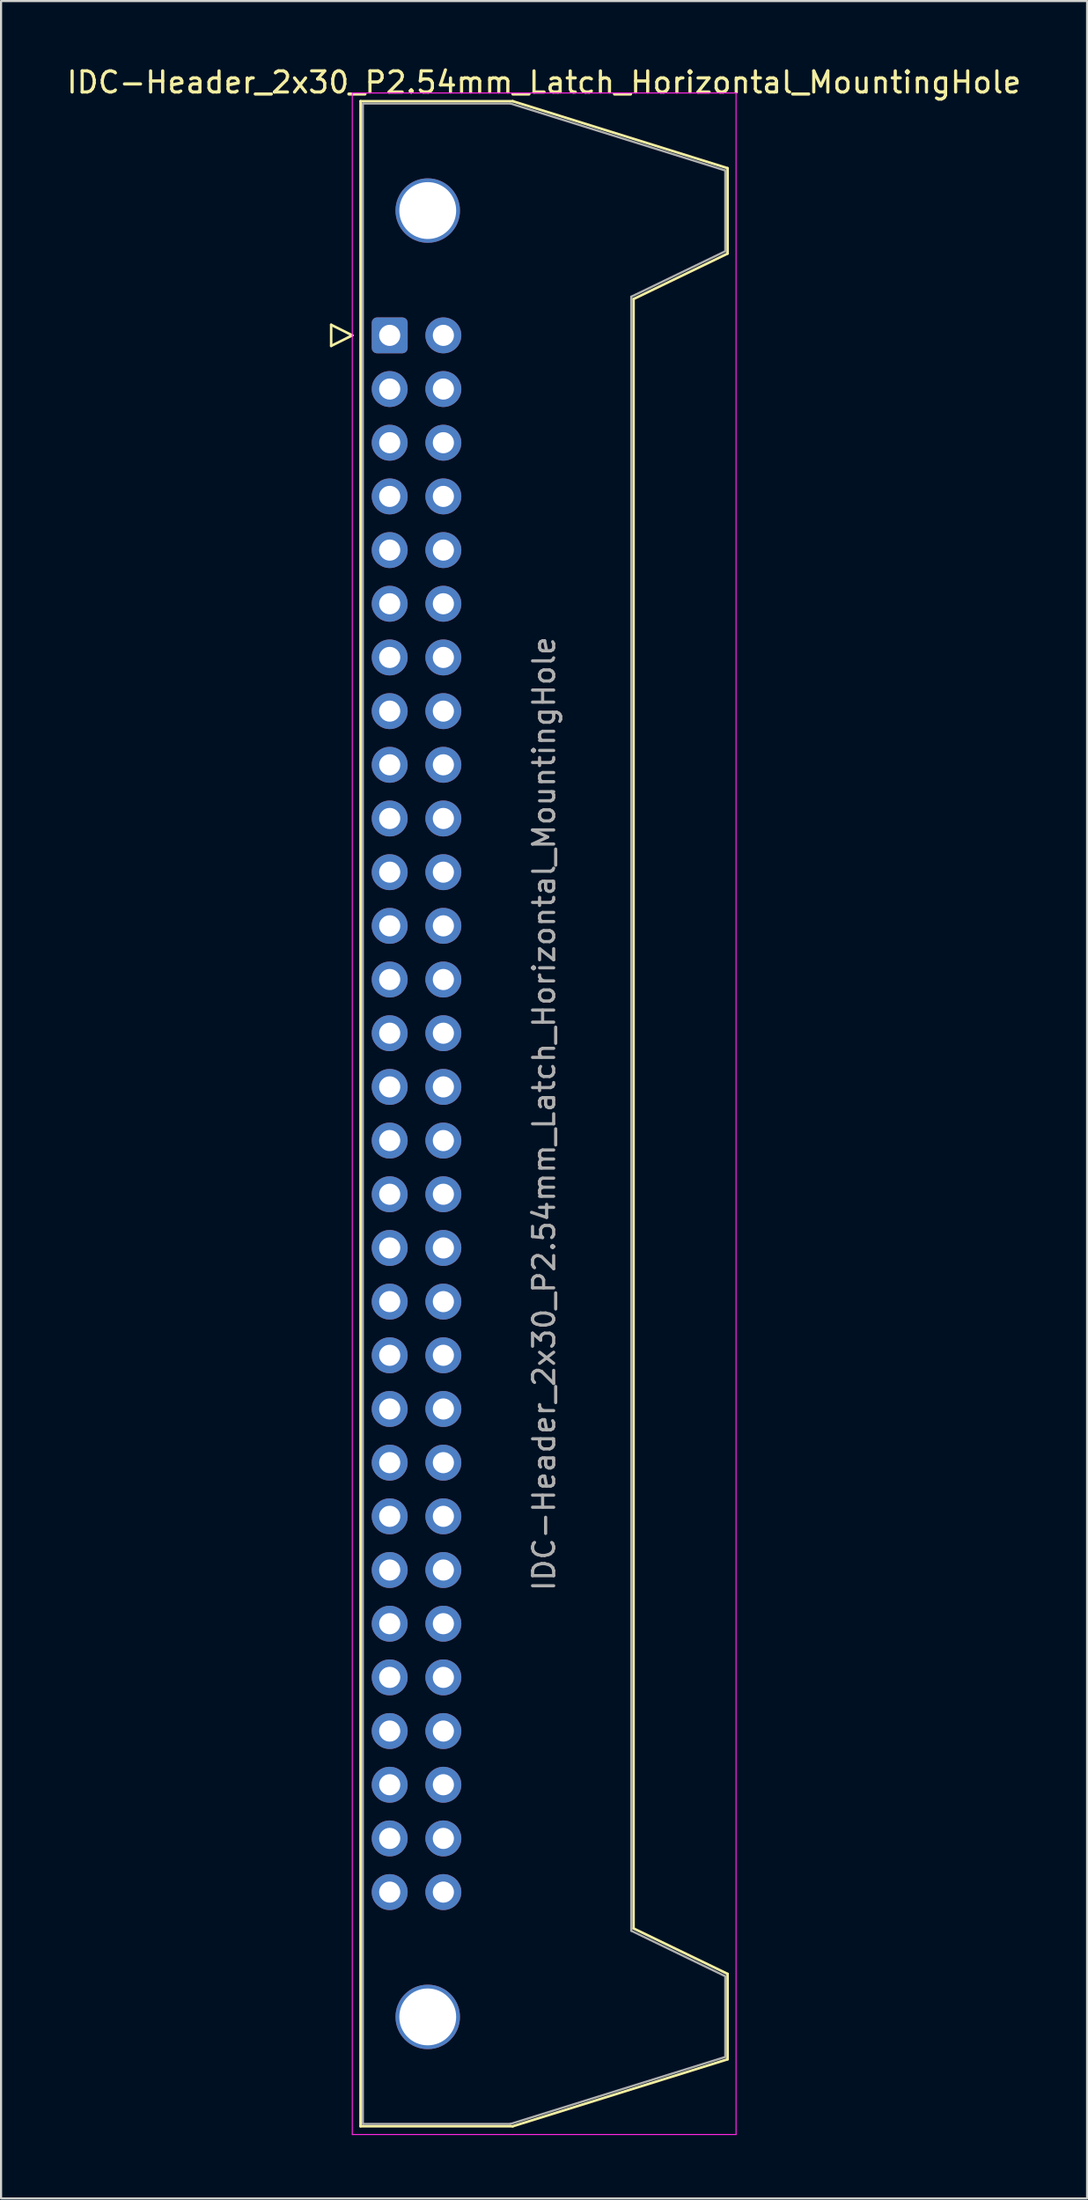
<source format=kicad_pcb>
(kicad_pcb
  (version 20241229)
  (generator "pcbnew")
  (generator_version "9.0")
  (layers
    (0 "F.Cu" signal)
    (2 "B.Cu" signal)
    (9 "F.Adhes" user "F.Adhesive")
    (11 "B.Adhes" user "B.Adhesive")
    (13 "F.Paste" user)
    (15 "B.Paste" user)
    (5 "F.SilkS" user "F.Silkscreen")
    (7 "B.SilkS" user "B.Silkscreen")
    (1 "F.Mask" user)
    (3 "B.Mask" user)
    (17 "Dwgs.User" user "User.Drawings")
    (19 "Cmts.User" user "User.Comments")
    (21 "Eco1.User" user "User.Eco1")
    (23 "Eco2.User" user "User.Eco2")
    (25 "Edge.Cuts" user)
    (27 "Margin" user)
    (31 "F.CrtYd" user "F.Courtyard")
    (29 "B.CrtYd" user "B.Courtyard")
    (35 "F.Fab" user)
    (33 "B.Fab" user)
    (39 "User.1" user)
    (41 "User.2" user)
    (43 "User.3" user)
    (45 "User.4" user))
  (footprint "IDC-Header_2x30_P2.54mm_Latch_Horizontal_MountingHole"
    (layer "F.Cu")
    (at 15.391 12.818)
    (property "Reference" "IDC-Header_2x30_P2.54mm_Latch_Horizontal_MountingHole" (at 7.305 -11.97 0) (layer "F.SilkS") (effects (font (size 1 1) (thickness 0.15))))
    (attr through_hole)
    (fp_line (start -2.77 -0.5) (end -2.77 0.5) (stroke (width 0.12) (type solid)) (layer "F.SilkS"))
    (fp_line (start -2.77 0.5) (end -1.77 0) (stroke (width 0.12) (type solid)) (layer "F.SilkS"))
    (fp_line (start -1.77 0) (end -2.77 -0.5) (stroke (width 0.12) (type solid)) (layer "F.SilkS"))
    (fp_line (start -1.38 -11.08) (end 5.82 -11.08) (stroke (width 0.12) (type solid)) (layer "F.SilkS"))
    (fp_line (start -1.38 84.74) (end -1.38 -11.08) (stroke (width 0.12) (type solid)) (layer "F.SilkS"))
    (fp_line (start 5.82 -11.08) (end 15.99 -7.91) (stroke (width 0.12) (type solid)) (layer "F.SilkS"))
    (fp_line (start 5.82 84.74) (end -1.38 84.74) (stroke (width 0.12) (type solid)) (layer "F.SilkS"))
    (fp_line (start 11.54 -1.72) (end 11.54 75.38) (stroke (width 0.12) (type solid)) (layer "F.SilkS"))
    (fp_line (start 11.54 75.38) (end 15.99 77.53) (stroke (width 0.12) (type solid)) (layer "F.SilkS"))
    (fp_line (start 15.99 -7.91) (end 15.99 -3.87) (stroke (width 0.12) (type solid)) (layer "F.SilkS"))
    (fp_line (start 15.99 -3.87) (end 11.54 -1.72) (stroke (width 0.12) (type solid)) (layer "F.SilkS"))
    (fp_line (start 15.99 77.53) (end 15.99 81.57) (stroke (width 0.12) (type solid)) (layer "F.SilkS"))
    (fp_line (start 15.99 81.57) (end 5.82 84.74) (stroke (width 0.12) (type solid)) (layer "F.SilkS"))
    (fp_line (start -1.77 -11.47) (end -1.77 85.13) (stroke (width 0.05) (type solid)) (layer "F.CrtYd"))
    (fp_line (start -1.77 85.13) (end 16.39 85.13) (stroke (width 0.05) (type solid)) (layer "F.CrtYd"))
    (fp_line (start 16.39 -11.47) (end -1.77 -11.47) (stroke (width 0.05) (type solid)) (layer "F.CrtYd"))
    (fp_line (start 16.39 85.13) (end 16.39 -11.47) (stroke (width 0.05) (type solid)) (layer "F.CrtYd"))
    (fp_line (start -1.27 -10.97) (end 5.71 -10.97) (stroke (width 0.1) (type solid)) (layer "F.Fab"))
    (fp_line (start -1.27 84.63) (end -1.27 -10.97) (stroke (width 0.1) (type solid)) (layer "F.Fab"))
    (fp_line (start 5.71 -10.97) (end 15.88 -7.8) (stroke (width 0.1) (type solid)) (layer "F.Fab"))
    (fp_line (start 5.71 84.63) (end -1.27 84.63) (stroke (width 0.1) (type solid)) (layer "F.Fab"))
    (fp_line (start 11.43 -1.83) (end 11.43 75.49) (stroke (width 0.1) (type solid)) (layer "F.Fab"))
    (fp_line (start 11.43 75.49) (end 15.88 77.64) (stroke (width 0.1) (type solid)) (layer "F.Fab"))
    (fp_line (start 15.88 -7.8) (end 15.88 -3.98) (stroke (width 0.1) (type solid)) (layer "F.Fab"))
    (fp_line (start 15.88 -3.98) (end 11.43 -1.83) (stroke (width 0.1) (type solid)) (layer "F.Fab"))
    (fp_line (start 15.88 77.64) (end 15.88 81.46) (stroke (width 0.1) (type solid)) (layer "F.Fab"))
    (fp_line (start 15.88 81.46) (end 5.71 84.63) (stroke (width 0.1) (type solid)) (layer "F.Fab"))
    (fp_text user "${REFERENCE}" (at 7.305 36.83 90) (layer "F.Fab") (effects (font (size 1 1) (thickness 0.15))))
    (pad "" thru_hole circle (at 1.8 -5.905) (size 3.05 3.05) (drill 2.69) (layers "*.Cu" "*.Mask"))
    (pad "" thru_hole circle (at 1.8 79.565) (size 3.05 3.05) (drill 2.69) (layers "*.Cu" "*.Mask"))
    (pad "1" thru_hole roundrect (at 0 0) (size 1.7 1.7) (drill 1) (layers "*.Cu" "*.Mask") (roundrect_rratio 0.147))
    (pad "2" thru_hole circle (at 2.54 0) (size 1.7 1.7) (drill 1) (layers "*.Cu" "*.Mask"))
    (pad "3" thru_hole circle (at 0 2.54) (size 1.7 1.7) (drill 1) (layers "*.Cu" "*.Mask"))
    (pad "4" thru_hole circle (at 2.54 2.54) (size 1.7 1.7) (drill 1) (layers "*.Cu" "*.Mask"))
    (pad "5" thru_hole circle (at 0 5.08) (size 1.7 1.7) (drill 1) (layers "*.Cu" "*.Mask"))
    (pad "6" thru_hole circle (at 2.54 5.08) (size 1.7 1.7) (drill 1) (layers "*.Cu" "*.Mask"))
    (pad "7" thru_hole circle (at 0 7.62) (size 1.7 1.7) (drill 1) (layers "*.Cu" "*.Mask"))
    (pad "8" thru_hole circle (at 2.54 7.62) (size 1.7 1.7) (drill 1) (layers "*.Cu" "*.Mask"))
    (pad "9" thru_hole circle (at 0 10.16) (size 1.7 1.7) (drill 1) (layers "*.Cu" "*.Mask"))
    (pad "10" thru_hole circle (at 2.54 10.16) (size 1.7 1.7) (drill 1) (layers "*.Cu" "*.Mask"))
    (pad "11" thru_hole circle (at 0 12.7) (size 1.7 1.7) (drill 1) (layers "*.Cu" "*.Mask"))
    (pad "12" thru_hole circle (at 2.54 12.7) (size 1.7 1.7) (drill 1) (layers "*.Cu" "*.Mask"))
    (pad "13" thru_hole circle (at 0 15.24) (size 1.7 1.7) (drill 1) (layers "*.Cu" "*.Mask"))
    (pad "14" thru_hole circle (at 2.54 15.24) (size 1.7 1.7) (drill 1) (layers "*.Cu" "*.Mask"))
    (pad "15" thru_hole circle (at 0 17.78) (size 1.7 1.7) (drill 1) (layers "*.Cu" "*.Mask"))
    (pad "16" thru_hole circle (at 2.54 17.78) (size 1.7 1.7) (drill 1) (layers "*.Cu" "*.Mask"))
    (pad "17" thru_hole circle (at 0 20.32) (size 1.7 1.7) (drill 1) (layers "*.Cu" "*.Mask"))
    (pad "18" thru_hole circle (at 2.54 20.32) (size 1.7 1.7) (drill 1) (layers "*.Cu" "*.Mask"))
    (pad "19" thru_hole circle (at 0 22.86) (size 1.7 1.7) (drill 1) (layers "*.Cu" "*.Mask"))
    (pad "20" thru_hole circle (at 2.54 22.86) (size 1.7 1.7) (drill 1) (layers "*.Cu" "*.Mask"))
    (pad "21" thru_hole circle (at 0 25.4) (size 1.7 1.7) (drill 1) (layers "*.Cu" "*.Mask"))
    (pad "22" thru_hole circle (at 2.54 25.4) (size 1.7 1.7) (drill 1) (layers "*.Cu" "*.Mask"))
    (pad "23" thru_hole circle (at 0 27.94) (size 1.7 1.7) (drill 1) (layers "*.Cu" "*.Mask"))
    (pad "24" thru_hole circle (at 2.54 27.94) (size 1.7 1.7) (drill 1) (layers "*.Cu" "*.Mask"))
    (pad "25" thru_hole circle (at 0 30.48) (size 1.7 1.7) (drill 1) (layers "*.Cu" "*.Mask"))
    (pad "26" thru_hole circle (at 2.54 30.48) (size 1.7 1.7) (drill 1) (layers "*.Cu" "*.Mask"))
    (pad "27" thru_hole circle (at 0 33.02) (size 1.7 1.7) (drill 1) (layers "*.Cu" "*.Mask"))
    (pad "28" thru_hole circle (at 2.54 33.02) (size 1.7 1.7) (drill 1) (layers "*.Cu" "*.Mask"))
    (pad "29" thru_hole circle (at 0 35.56) (size 1.7 1.7) (drill 1) (layers "*.Cu" "*.Mask"))
    (pad "30" thru_hole circle (at 2.54 35.56) (size 1.7 1.7) (drill 1) (layers "*.Cu" "*.Mask"))
    (pad "31" thru_hole circle (at 0 38.1) (size 1.7 1.7) (drill 1) (layers "*.Cu" "*.Mask"))
    (pad "32" thru_hole circle (at 2.54 38.1) (size 1.7 1.7) (drill 1) (layers "*.Cu" "*.Mask"))
    (pad "33" thru_hole circle (at 0 40.64) (size 1.7 1.7) (drill 1) (layers "*.Cu" "*.Mask"))
    (pad "34" thru_hole circle (at 2.54 40.64) (size 1.7 1.7) (drill 1) (layers "*.Cu" "*.Mask"))
    (pad "35" thru_hole circle (at 0 43.18) (size 1.7 1.7) (drill 1) (layers "*.Cu" "*.Mask"))
    (pad "36" thru_hole circle (at 2.54 43.18) (size 1.7 1.7) (drill 1) (layers "*.Cu" "*.Mask"))
    (pad "37" thru_hole circle (at 0 45.72) (size 1.7 1.7) (drill 1) (layers "*.Cu" "*.Mask"))
    (pad "38" thru_hole circle (at 2.54 45.72) (size 1.7 1.7) (drill 1) (layers "*.Cu" "*.Mask"))
    (pad "39" thru_hole circle (at 0 48.26) (size 1.7 1.7) (drill 1) (layers "*.Cu" "*.Mask"))
    (pad "40" thru_hole circle (at 2.54 48.26) (size 1.7 1.7) (drill 1) (layers "*.Cu" "*.Mask"))
    (pad "41" thru_hole circle (at 0 50.8) (size 1.7 1.7) (drill 1) (layers "*.Cu" "*.Mask"))
    (pad "42" thru_hole circle (at 2.54 50.8) (size 1.7 1.7) (drill 1) (layers "*.Cu" "*.Mask"))
    (pad "43" thru_hole circle (at 0 53.34) (size 1.7 1.7) (drill 1) (layers "*.Cu" "*.Mask"))
    (pad "44" thru_hole circle (at 2.54 53.34) (size 1.7 1.7) (drill 1) (layers "*.Cu" "*.Mask"))
    (pad "45" thru_hole circle (at 0 55.88) (size 1.7 1.7) (drill 1) (layers "*.Cu" "*.Mask"))
    (pad "46" thru_hole circle (at 2.54 55.88) (size 1.7 1.7) (drill 1) (layers "*.Cu" "*.Mask"))
    (pad "47" thru_hole circle (at 0 58.42) (size 1.7 1.7) (drill 1) (layers "*.Cu" "*.Mask"))
    (pad "48" thru_hole circle (at 2.54 58.42) (size 1.7 1.7) (drill 1) (layers "*.Cu" "*.Mask"))
    (pad "49" thru_hole circle (at 0 60.96) (size 1.7 1.7) (drill 1) (layers "*.Cu" "*.Mask"))
    (pad "50" thru_hole circle (at 2.54 60.96) (size 1.7 1.7) (drill 1) (layers "*.Cu" "*.Mask"))
    (pad "51" thru_hole circle (at 0 63.5) (size 1.7 1.7) (drill 1) (layers "*.Cu" "*.Mask"))
    (pad "52" thru_hole circle (at 2.54 63.5) (size 1.7 1.7) (drill 1) (layers "*.Cu" "*.Mask"))
    (pad "53" thru_hole circle (at 0 66.04) (size 1.7 1.7) (drill 1) (layers "*.Cu" "*.Mask"))
    (pad "54" thru_hole circle (at 2.54 66.04) (size 1.7 1.7) (drill 1) (layers "*.Cu" "*.Mask"))
    (pad "55" thru_hole circle (at 0 68.58) (size 1.7 1.7) (drill 1) (layers "*.Cu" "*.Mask"))
    (pad "56" thru_hole circle (at 2.54 68.58) (size 1.7 1.7) (drill 1) (layers "*.Cu" "*.Mask"))
    (pad "57" thru_hole circle (at 0 71.12) (size 1.7 1.7) (drill 1) (layers "*.Cu" "*.Mask"))
    (pad "58" thru_hole circle (at 2.54 71.12) (size 1.7 1.7) (drill 1) (layers "*.Cu" "*.Mask"))
    (pad "59" thru_hole circle (at 0 73.66) (size 1.7 1.7) (drill 1) (layers "*.Cu" "*.Mask"))
    (pad "60" thru_hole circle (at 2.54 73.66) (size 1.7 1.7) (drill 1) (layers "*.Cu" "*.Mask")))
  (gr_rect
    (start -3 -3)
    (end 48.393 100.973)
    (stroke (width 0.1) (type default))
    (fill no)
    (layer "Edge.Cuts")))
</source>
